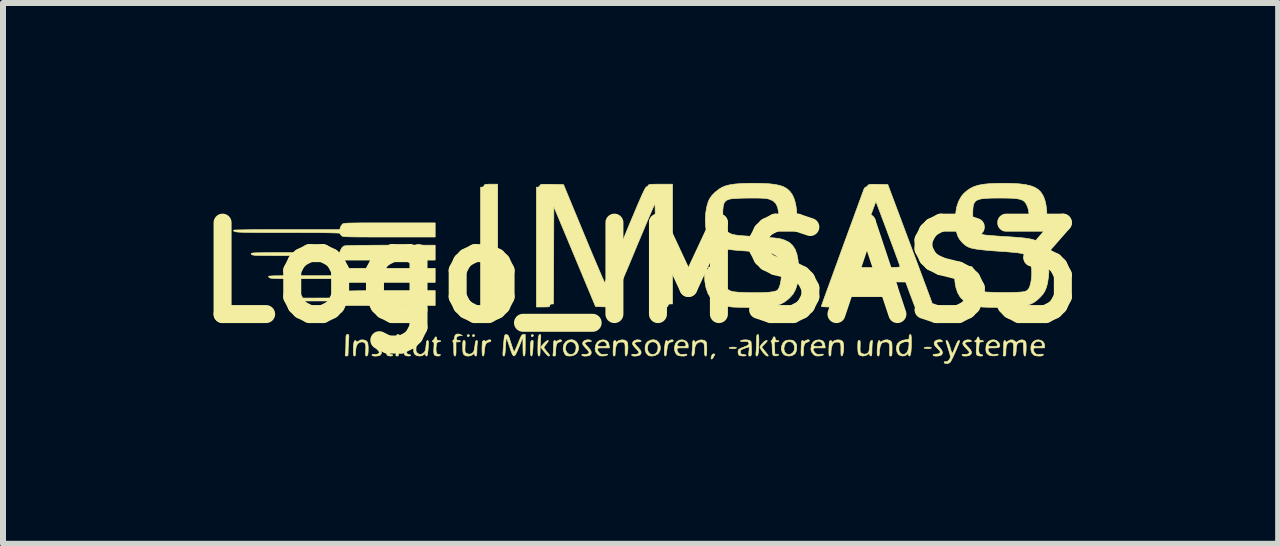
<source format=kicad_pcb>
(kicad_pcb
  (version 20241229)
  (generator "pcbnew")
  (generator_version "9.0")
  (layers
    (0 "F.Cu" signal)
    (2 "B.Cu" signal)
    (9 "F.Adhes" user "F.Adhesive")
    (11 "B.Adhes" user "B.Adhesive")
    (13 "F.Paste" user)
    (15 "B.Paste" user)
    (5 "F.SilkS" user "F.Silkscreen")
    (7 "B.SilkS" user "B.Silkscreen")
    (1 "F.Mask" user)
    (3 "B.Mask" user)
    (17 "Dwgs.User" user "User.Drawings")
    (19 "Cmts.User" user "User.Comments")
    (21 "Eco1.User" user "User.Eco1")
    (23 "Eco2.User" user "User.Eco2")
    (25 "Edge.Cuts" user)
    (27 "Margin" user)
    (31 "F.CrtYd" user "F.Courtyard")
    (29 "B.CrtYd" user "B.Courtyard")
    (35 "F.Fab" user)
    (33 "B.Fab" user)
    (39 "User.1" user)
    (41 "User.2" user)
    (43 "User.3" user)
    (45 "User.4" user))
  (footprint "Logo_IMSAS3"
    (layer "F.Cu")
    (at 7.627 1.496)
    (property "Reference" "Logo_IMSAS3" (at 0 0 0) (layer "F.SilkS") (effects (font (size 1.524 1.524) (thickness 0.3))))
    (attr through_hole)
    (fp_poly (pts (xy -4.023 1.037) (xy -4.018 1.048) (xy -4.029 1.063) (xy -4.043 1.067) (xy -4.063 1.059) (xy -4.068 1.048) (xy -4.058 1.033) (xy -4.043 1.029) (xy -4.023 1.037)) (stroke (width 0.01) (type solid)) (fill yes) (layer "F.SilkS"))
    (fp_poly (pts (xy -2.855 1.039) (xy -2.853 1.048) (xy -2.862 1.064) (xy -2.871 1.067) (xy -2.888 1.057) (xy -2.89 1.048) (xy -2.88 1.032) (xy -2.871 1.029) (xy -2.855 1.039)) (stroke (width 0.01) (type solid)) (fill yes) (layer "F.SilkS"))
    (fp_poly (pts (xy -2.768 1.039) (xy -2.766 1.048) (xy -2.776 1.064) (xy -2.784 1.067) (xy -2.801 1.057) (xy -2.803 1.048) (xy -2.793 1.032) (xy -2.784 1.029) (xy -2.768 1.039)) (stroke (width 0.01) (type solid)) (fill yes) (layer "F.SilkS"))
    (fp_poly (pts (xy -1.788 1.039) (xy -1.786 1.048) (xy -1.796 1.064) (xy -1.805 1.067) (xy -1.821 1.057) (xy -1.823 1.048) (xy -1.813 1.032) (xy -1.805 1.029) (xy -1.788 1.039)) (stroke (width 0.01) (type solid)) (fill yes) (layer "F.SilkS"))
    (fp_poly (pts (xy 1.236 1.356) (xy 1.238 1.361) (xy 1.216 1.404) (xy 1.201 1.428) (xy 1.189 1.438) (xy 1.184 1.439) (xy 1.175 1.433) (xy 1.177 1.413) (xy 1.181 1.395) (xy 1.197 1.362) (xy 1.219 1.352) (xy 1.236 1.356)) (stroke (width 0.01) (type solid)) (fill yes) (layer "F.SilkS"))
    (fp_poly (pts (xy 1.573 1.242) (xy 1.596 1.248) (xy 1.6 1.253) (xy 1.589 1.26) (xy 1.56 1.264) (xy 1.538 1.265) (xy 1.503 1.263) (xy 1.48 1.257) (xy 1.476 1.253) (xy 1.487 1.246) (xy 1.516 1.241) (xy 1.538 1.24) (xy 1.573 1.242)) (stroke (width 0.01) (type solid)) (fill yes) (layer "F.SilkS"))
    (fp_poly (pts (xy 4.823 1.242) (xy 4.845 1.248) (xy 4.849 1.253) (xy 4.838 1.26) (xy 4.81 1.264) (xy 4.787 1.265) (xy 4.752 1.263) (xy 4.729 1.257) (xy 4.725 1.253) (xy 4.736 1.246) (xy 4.765 1.241) (xy 4.787 1.24) (xy 4.823 1.242)) (stroke (width 0.01) (type solid)) (fill yes) (layer "F.SilkS"))
    (fp_poly (pts (xy -2.381 0.521) (xy -2.412 0.521) (xy -2.437 0.527) (xy -2.443 0.546) (xy -2.445 0.557) (xy -2.454 0.565) (xy -2.474 0.569) (xy -2.511 0.57) (xy -2.555 0.571) (xy -2.667 0.571) (xy -2.667 -1.426) (xy -2.641 -1.426) (xy -2.616 -1.437) (xy -2.608 -1.451) (xy -2.603 -1.463) (xy -2.591 -1.47) (xy -2.567 -1.474) (xy -2.528 -1.476) (xy -2.491 -1.476) (xy -2.381 -1.476) (xy -2.381 0.521)) (stroke (width 0.01) (type solid)) (fill yes) (layer "F.SilkS"))
    (fp_poly (pts (xy -1.792 1.131) (xy -1.79 1.145) (xy -1.791 1.178) (xy -1.792 1.225) (xy -1.794 1.263) (xy -1.799 1.324) (xy -1.805 1.363) (xy -1.811 1.384) (xy -1.819 1.389) (xy -1.827 1.383) (xy -1.832 1.364) (xy -1.835 1.327) (xy -1.836 1.268) (xy -1.836 1.265) (xy -1.835 1.206) (xy -1.832 1.167) (xy -1.827 1.145) (xy -1.819 1.134) (xy -1.816 1.133) (xy -1.797 1.129) (xy -1.792 1.131)) (stroke (width 0.01) (type solid)) (fill yes) (layer "F.SilkS"))
    (fp_poly (pts (xy 1.962 1.034) (xy 1.968 1.049) (xy 1.971 1.079) (xy 1.972 1.128) (xy 1.972 1.152) (xy 1.97 1.244) (xy 1.966 1.313) (xy 1.958 1.36) (xy 1.947 1.384) (xy 1.937 1.389) (xy 1.928 1.385) (xy 1.923 1.37) (xy 1.924 1.339) (xy 1.927 1.305) (xy 1.931 1.248) (xy 1.934 1.181) (xy 1.935 1.126) (xy 1.936 1.076) (xy 1.939 1.046) (xy 1.946 1.032) (xy 1.953 1.029) (xy 1.962 1.034)) (stroke (width 0.01) (type solid)) (fill yes) (layer "F.SilkS"))
    (fp_poly (pts (xy -1.667 1.033) (xy -1.663 1.048) (xy -1.663 1.079) (xy -1.666 1.113) (xy -1.67 1.17) (xy -1.673 1.237) (xy -1.674 1.293) (xy -1.675 1.343) (xy -1.679 1.373) (xy -1.685 1.386) (xy -1.693 1.389) (xy -1.701 1.385) (xy -1.707 1.371) (xy -1.71 1.342) (xy -1.711 1.294) (xy -1.711 1.256) (xy -1.71 1.169) (xy -1.707 1.106) (xy -1.7 1.063) (xy -1.691 1.038) (xy -1.678 1.029) (xy -1.677 1.029) (xy -1.667 1.033)) (stroke (width 0.01) (type solid)) (fill yes) (layer "F.SilkS"))
    (fp_poly (pts (xy -4.037 1.131) (xy -4.031 1.14) (xy -4.028 1.162) (xy -4.027 1.199) (xy -4.028 1.257) (xy -4.028 1.259) (xy -4.031 1.317) (xy -4.033 1.355) (xy -4.037 1.376) (xy -4.044 1.386) (xy -4.055 1.389) (xy -4.058 1.389) (xy -4.075 1.386) (xy -4.079 1.37) (xy -4.076 1.35) (xy -4.072 1.318) (xy -4.069 1.272) (xy -4.068 1.22) (xy -4.068 1.22) (xy -4.067 1.173) (xy -4.064 1.145) (xy -4.058 1.132) (xy -4.046 1.129) (xy -4.046 1.129) (xy -4.037 1.131)) (stroke (width 0.01) (type solid)) (fill yes) (layer "F.SilkS"))
    (fp_poly (pts (xy -1.536 1.133) (xy -1.54 1.145) (xy -1.559 1.171) (xy -1.568 1.183) (xy -1.592 1.214) (xy -1.608 1.237) (xy -1.612 1.246) (xy -1.605 1.26) (xy -1.586 1.286) (xy -1.563 1.315) (xy -1.532 1.352) (xy -1.517 1.374) (xy -1.516 1.385) (xy -1.527 1.389) (xy -1.531 1.389) (xy -1.547 1.38) (xy -1.572 1.355) (xy -1.601 1.321) (xy -1.607 1.314) (xy -1.664 1.239) (xy -1.617 1.185) (xy -1.587 1.155) (xy -1.56 1.135) (xy -1.546 1.13) (xy -1.536 1.133)) (stroke (width 0.01) (type solid)) (fill yes) (layer "F.SilkS"))
    (fp_poly (pts (xy 2.112 1.131) (xy 2.111 1.14) (xy 2.095 1.159) (xy 2.072 1.184) (xy 2.018 1.239) (xy 2.065 1.299) (xy 2.099 1.341) (xy 2.119 1.367) (xy 2.128 1.382) (xy 2.128 1.388) (xy 2.119 1.389) (xy 2.113 1.389) (xy 2.091 1.379) (xy 2.063 1.352) (xy 2.042 1.327) (xy 2.017 1.291) (xy 1.998 1.263) (xy 1.99 1.249) (xy 1.994 1.229) (xy 2.012 1.201) (xy 2.038 1.171) (xy 2.066 1.145) (xy 2.091 1.13) (xy 2.1 1.129) (xy 2.112 1.131)) (stroke (width 0.01) (type solid)) (fill yes) (layer "F.SilkS"))
    (fp_poly (pts (xy -4.872 1.031) (xy -4.864 1.038) (xy -4.862 1.056) (xy -4.863 1.089) (xy -4.866 1.132) (xy -4.87 1.193) (xy -4.873 1.256) (xy -4.874 1.309) (xy -4.874 1.312) (xy -4.875 1.354) (xy -4.878 1.377) (xy -4.887 1.387) (xy -4.901 1.389) (xy -4.917 1.386) (xy -4.923 1.373) (xy -4.919 1.343) (xy -4.919 1.343) (xy -4.916 1.31) (xy -4.913 1.261) (xy -4.912 1.203) (xy -4.911 1.163) (xy -4.911 1.104) (xy -4.91 1.066) (xy -4.906 1.043) (xy -4.9 1.033) (xy -4.891 1.03) (xy -4.885 1.029) (xy -4.872 1.031)) (stroke (width 0.01) (type solid)) (fill yes) (layer "F.SilkS"))
    (fp_poly (pts (xy -2.494 1.129) (xy -2.493 1.135) (xy -2.504 1.15) (xy -2.522 1.153) (xy -2.555 1.162) (xy -2.579 1.187) (xy -2.594 1.233) (xy -2.602 1.296) (xy -2.607 1.348) (xy -2.613 1.378) (xy -2.623 1.389) (xy -2.625 1.389) (xy -2.633 1.383) (xy -2.638 1.363) (xy -2.641 1.325) (xy -2.642 1.278) (xy -2.641 1.227) (xy -2.639 1.183) (xy -2.636 1.154) (xy -2.634 1.148) (xy -2.621 1.133) (xy -2.603 1.129) (xy -2.592 1.138) (xy -2.592 1.142) (xy -2.584 1.145) (xy -2.565 1.136) (xy -2.533 1.12) (xy -2.507 1.118) (xy -2.494 1.129)) (stroke (width 0.01) (type solid)) (fill yes) (layer "F.SilkS"))
    (fp_poly (pts (xy 0.545 1.129) (xy 0.546 1.135) (xy 0.535 1.15) (xy 0.517 1.153) (xy 0.485 1.161) (xy 0.463 1.184) (xy 0.448 1.226) (xy 0.439 1.29) (xy 0.438 1.294) (xy 0.432 1.347) (xy 0.425 1.378) (xy 0.415 1.389) (xy 0.414 1.389) (xy 0.401 1.377) (xy 0.397 1.343) (xy 0.397 1.343) (xy 0.399 1.278) (xy 0.404 1.22) (xy 0.411 1.172) (xy 0.42 1.14) (xy 0.43 1.129) (xy 0.43 1.129) (xy 0.445 1.136) (xy 0.446 1.142) (xy 0.455 1.145) (xy 0.474 1.136) (xy 0.506 1.12) (xy 0.531 1.118) (xy 0.545 1.129)) (stroke (width 0.01) (type solid)) (fill yes) (layer "F.SilkS"))
    (fp_poly (pts (xy 2.815 1.129) (xy 2.815 1.134) (xy 2.804 1.149) (xy 2.782 1.156) (xy 2.751 1.168) (xy 2.73 1.197) (xy 2.719 1.246) (xy 2.716 1.305) (xy 2.715 1.35) (xy 2.712 1.376) (xy 2.704 1.387) (xy 2.694 1.389) (xy 2.685 1.387) (xy 2.679 1.377) (xy 2.676 1.356) (xy 2.675 1.318) (xy 2.677 1.261) (xy 2.677 1.259) (xy 2.679 1.198) (xy 2.683 1.159) (xy 2.688 1.137) (xy 2.696 1.129) (xy 2.698 1.129) (xy 2.714 1.136) (xy 2.716 1.142) (xy 2.724 1.145) (xy 2.744 1.136) (xy 2.775 1.12) (xy 2.801 1.118) (xy 2.815 1.129)) (stroke (width 0.01) (type solid)) (fill yes) (layer "F.SilkS"))
    (fp_poly (pts (xy -1.315 1.129) (xy -1.315 1.135) (xy -1.325 1.15) (xy -1.345 1.153) (xy -1.377 1.162) (xy -1.398 1.189) (xy -1.41 1.237) (xy -1.414 1.299) (xy -1.414 1.345) (xy -1.417 1.372) (xy -1.424 1.385) (xy -1.435 1.389) (xy -1.44 1.389) (xy -1.459 1.385) (xy -1.46 1.366) (xy -1.459 1.361) (xy -1.455 1.336) (xy -1.453 1.294) (xy -1.451 1.243) (xy -1.451 1.231) (xy -1.45 1.179) (xy -1.447 1.148) (xy -1.441 1.132) (xy -1.432 1.129) (xy -1.416 1.136) (xy -1.414 1.142) (xy -1.406 1.145) (xy -1.386 1.136) (xy -1.355 1.12) (xy -1.329 1.118) (xy -1.315 1.129)) (stroke (width 0.01) (type solid)) (fill yes) (layer "F.SilkS"))
    (fp_poly (pts (xy 2.241 1.077) (xy 2.245 1.098) (xy 2.25 1.121) (xy 2.27 1.128) (xy 2.276 1.129) (xy 2.299 1.133) (xy 2.307 1.141) (xy 2.296 1.15) (xy 2.27 1.153) (xy 2.269 1.153) (xy 2.231 1.153) (xy 2.235 1.256) (xy 2.239 1.358) (xy 2.273 1.358) (xy 2.296 1.361) (xy 2.303 1.37) (xy 2.288 1.381) (xy 2.26 1.386) (xy 2.23 1.384) (xy 2.211 1.375) (xy 2.202 1.353) (xy 2.197 1.309) (xy 2.195 1.257) (xy 2.193 1.198) (xy 2.188 1.163) (xy 2.18 1.149) (xy 2.173 1.14) (xy 2.186 1.129) (xy 2.204 1.106) (xy 2.208 1.091) (xy 2.216 1.071) (xy 2.226 1.067) (xy 2.241 1.077)) (stroke (width 0.01) (type solid)) (fill yes) (layer "F.SilkS"))
    (fp_poly (pts (xy -3.423 0.161) (xy -4.962 0.161) (xy -4.991 0.13) (xy -5.02 0.099) (xy -5.596 0.099) (xy -5.731 0.099) (xy -5.843 0.099) (xy -5.934 0.099) (xy -6.007 0.098) (xy -6.064 0.097) (xy -6.108 0.095) (xy -6.139 0.093) (xy -6.161 0.091) (xy -6.176 0.087) (xy -6.186 0.083) (xy -6.192 0.077) (xy -6.195 0.074) (xy -6.2 0.069) (xy -6.202 0.064) (xy -6.199 0.06) (xy -6.189 0.057) (xy -6.17 0.055) (xy -6.14 0.053) (xy -6.097 0.051) (xy -6.04 0.051) (xy -5.966 0.05) (xy -5.873 0.05) (xy -5.76 0.05) (xy -5.623 0.05) (xy -5.013 0.05) (xy -5.005 0.016) (xy -4.99 -0.019) (xy -4.97 -0.047) (xy -4.944 -0.074) (xy -3.423 -0.074) (xy -3.423 0.161)) (stroke (width 0.01) (type solid)) (fill yes) (layer "F.SilkS"))
    (fp_poly (pts (xy -4.332 1.126) (xy -4.319 1.137) (xy -4.328 1.146) (xy -4.358 1.15) (xy -4.36 1.15) (xy -4.398 1.153) (xy -4.415 1.166) (xy -4.411 1.19) (xy -4.385 1.226) (xy -4.371 1.242) (xy -4.335 1.287) (xy -4.318 1.322) (xy -4.322 1.351) (xy -4.336 1.37) (xy -4.358 1.382) (xy -4.391 1.388) (xy -4.427 1.39) (xy -4.458 1.386) (xy -4.476 1.376) (xy -4.477 1.371) (xy -4.471 1.36) (xy -4.448 1.359) (xy -4.434 1.36) (xy -4.395 1.36) (xy -4.366 1.348) (xy -4.353 1.326) (xy -4.353 1.324) (xy -4.362 1.31) (xy -4.383 1.285) (xy -4.409 1.258) (xy -4.439 1.226) (xy -4.459 1.196) (xy -4.465 1.179) (xy -4.454 1.151) (xy -4.425 1.13) (xy -4.387 1.119) (xy -4.364 1.118) (xy -4.332 1.126)) (stroke (width 0.01) (type solid)) (fill yes) (layer "F.SilkS"))
    (fp_poly (pts (xy -3.004 1.03) (xy -2.97 1.047) (xy -3.016 1.051) (xy -3.049 1.059) (xy -3.066 1.076) (xy -3.068 1.082) (xy -3.07 1.112) (xy -3.054 1.126) (xy -3.032 1.129) (xy -3.009 1.133) (xy -3.001 1.141) (xy -3.012 1.15) (xy -3.038 1.153) (xy -3.039 1.153) (xy -3.076 1.153) (xy -3.076 1.271) (xy -3.076 1.327) (xy -3.079 1.363) (xy -3.084 1.382) (xy -3.092 1.389) (xy -3.094 1.389) (xy -3.103 1.385) (xy -3.109 1.369) (xy -3.112 1.338) (xy -3.113 1.288) (xy -3.113 1.272) (xy -3.114 1.21) (xy -3.118 1.17) (xy -3.126 1.151) (xy -3.128 1.149) (xy -3.135 1.14) (xy -3.122 1.129) (xy -3.105 1.105) (xy -3.101 1.078) (xy -3.091 1.043) (xy -3.065 1.023) (xy -3.029 1.022) (xy -3.004 1.03)) (stroke (width 0.01) (type solid)) (fill yes) (layer "F.SilkS"))
    (fp_poly (pts (xy -1.104 1.127) (xy -1.067 1.155) (xy -1.043 1.196) (xy -1.033 1.243) (xy -1.038 1.292) (xy -1.061 1.337) (xy -1.08 1.357) (xy -1.123 1.38) (xy -1.176 1.389) (xy -1.227 1.384) (xy -1.237 1.381) (xy -1.258 1.361) (xy -1.276 1.326) (xy -1.288 1.284) (xy -1.29 1.259) (xy -1.288 1.249) (xy -1.252 1.249) (xy -1.247 1.294) (xy -1.227 1.331) (xy -1.197 1.356) (xy -1.158 1.364) (xy -1.116 1.352) (xy -1.093 1.327) (xy -1.079 1.288) (xy -1.074 1.244) (xy -1.08 1.206) (xy -1.103 1.17) (xy -1.138 1.152) (xy -1.177 1.15) (xy -1.213 1.166) (xy -1.239 1.199) (xy -1.252 1.249) (xy -1.288 1.249) (xy -1.279 1.199) (xy -1.25 1.154) (xy -1.205 1.125) (xy -1.151 1.116) (xy -1.104 1.127)) (stroke (width 0.01) (type solid)) (fill yes) (layer "F.SilkS"))
    (fp_poly (pts (xy 4.999 1.118) (xy 5.023 1.127) (xy 5.033 1.14) (xy 5.026 1.15) (xy 5.009 1.152) (xy 4.964 1.152) (xy 4.94 1.161) (xy 4.938 1.182) (xy 4.957 1.214) (xy 4.986 1.248) (xy 5.02 1.292) (xy 5.034 1.326) (xy 5.027 1.356) (xy 5.016 1.37) (xy 4.994 1.381) (xy 4.961 1.388) (xy 4.925 1.39) (xy 4.894 1.386) (xy 4.876 1.377) (xy 4.874 1.372) (xy 4.885 1.361) (xy 4.917 1.357) (xy 4.925 1.357) (xy 4.965 1.353) (xy 4.988 1.339) (xy 4.99 1.336) (xy 4.996 1.319) (xy 4.988 1.302) (xy 4.965 1.277) (xy 4.959 1.271) (xy 4.929 1.241) (xy 4.905 1.213) (xy 4.899 1.203) (xy 4.893 1.171) (xy 4.907 1.143) (xy 4.937 1.124) (xy 4.979 1.117) (xy 4.999 1.118)) (stroke (width 0.01) (type solid)) (fill yes) (layer "F.SilkS"))
    (fp_poly (pts (xy -0.017 1.121) (xy -0.007 1.124) (xy 0.011 1.136) (xy 0.007 1.146) (xy -0.016 1.151) (xy -0.029 1.151) (xy -0.071 1.154) (xy -0.095 1.167) (xy -0.099 1.178) (xy -0.091 1.192) (xy -0.07 1.217) (xy -0.043 1.244) (xy -0.006 1.287) (xy 0.01 1.321) (xy 0.006 1.349) (xy -0.01 1.369) (xy -0.035 1.381) (xy -0.069 1.388) (xy -0.104 1.39) (xy -0.133 1.385) (xy -0.148 1.374) (xy -0.149 1.371) (xy -0.142 1.36) (xy -0.119 1.359) (xy -0.106 1.36) (xy -0.067 1.36) (xy -0.038 1.348) (xy -0.025 1.327) (xy -0.025 1.325) (xy -0.033 1.311) (xy -0.055 1.286) (xy -0.081 1.259) (xy -0.11 1.227) (xy -0.13 1.197) (xy -0.136 1.18) (xy -0.125 1.151) (xy -0.097 1.129) (xy -0.059 1.118) (xy -0.017 1.121)) (stroke (width 0.01) (type solid)) (fill yes) (layer "F.SilkS"))
    (fp_poly (pts (xy 0.261 1.127) (xy 0.297 1.155) (xy 0.321 1.196) (xy 0.331 1.243) (xy 0.326 1.292) (xy 0.304 1.337) (xy 0.284 1.357) (xy 0.244 1.379) (xy 0.196 1.389) (xy 0.151 1.386) (xy 0.123 1.373) (xy 0.092 1.335) (xy 0.076 1.284) (xy 0.077 1.248) (xy 0.113 1.248) (xy 0.117 1.294) (xy 0.137 1.331) (xy 0.167 1.356) (xy 0.206 1.364) (xy 0.248 1.352) (xy 0.271 1.328) (xy 0.286 1.289) (xy 0.292 1.245) (xy 0.286 1.206) (xy 0.285 1.202) (xy 0.26 1.17) (xy 0.224 1.153) (xy 0.184 1.153) (xy 0.149 1.169) (xy 0.126 1.198) (xy 0.113 1.248) (xy 0.077 1.248) (xy 0.077 1.228) (xy 0.093 1.179) (xy 0.121 1.147) (xy 0.164 1.125) (xy 0.213 1.116) (xy 0.213 1.116) (xy 0.261 1.127)) (stroke (width 0.01) (type solid)) (fill yes) (layer "F.SilkS"))
    (fp_poly (pts (xy 5.489 1.121) (xy 5.499 1.124) (xy 5.518 1.136) (xy 5.514 1.146) (xy 5.491 1.151) (xy 5.478 1.151) (xy 5.435 1.154) (xy 5.411 1.167) (xy 5.407 1.178) (xy 5.416 1.192) (xy 5.437 1.217) (xy 5.463 1.244) (xy 5.501 1.287) (xy 5.517 1.321) (xy 5.512 1.349) (xy 5.496 1.369) (xy 5.472 1.381) (xy 5.438 1.388) (xy 5.402 1.39) (xy 5.373 1.385) (xy 5.358 1.374) (xy 5.358 1.371) (xy 5.364 1.36) (xy 5.387 1.359) (xy 5.401 1.36) (xy 5.44 1.36) (xy 5.469 1.348) (xy 5.482 1.327) (xy 5.482 1.325) (xy 5.474 1.311) (xy 5.452 1.286) (xy 5.426 1.259) (xy 5.397 1.227) (xy 5.376 1.197) (xy 5.37 1.18) (xy 5.381 1.151) (xy 5.409 1.129) (xy 5.448 1.118) (xy 5.489 1.121)) (stroke (width 0.01) (type solid)) (fill yes) (layer "F.SilkS"))
    (fp_poly (pts (xy -3.423 0.546) (xy -4.95 0.546) (xy -5.025 0.471) (xy -5.464 0.471) (xy -5.58 0.471) (xy -5.673 0.471) (xy -5.747 0.47) (xy -5.803 0.469) (xy -5.845 0.468) (xy -5.874 0.466) (xy -5.893 0.462) (xy -5.905 0.458) (xy -5.912 0.453) (xy -5.916 0.446) (xy -5.919 0.44) (xy -5.919 0.435) (xy -5.913 0.431) (xy -5.899 0.428) (xy -5.875 0.425) (xy -5.839 0.424) (xy -5.789 0.423) (xy -5.721 0.422) (xy -5.634 0.422) (xy -5.525 0.422) (xy -5.473 0.422) (xy -5.017 0.421) (xy -4.996 0.372) (xy -4.971 0.331) (xy -4.942 0.31) (xy -4.923 0.307) (xy -4.879 0.305) (xy -4.812 0.303) (xy -4.724 0.301) (xy -4.615 0.3) (xy -4.486 0.299) (xy -4.339 0.298) (xy -4.174 0.298) (xy -4.166 0.298) (xy -3.423 0.298) (xy -3.423 0.546)) (stroke (width 0.01) (type solid)) (fill yes) (layer "F.SilkS"))
    (fp_poly (pts (xy -0.848 1.12) (xy -0.838 1.124) (xy -0.82 1.137) (xy -0.823 1.148) (xy -0.843 1.15) (xy -0.845 1.149) (xy -0.872 1.148) (xy -0.902 1.155) (xy -0.925 1.166) (xy -0.93 1.175) (xy -0.922 1.189) (xy -0.901 1.214) (xy -0.874 1.243) (xy -0.837 1.287) (xy -0.821 1.322) (xy -0.825 1.351) (xy -0.838 1.37) (xy -0.861 1.382) (xy -0.894 1.388) (xy -0.93 1.39) (xy -0.961 1.386) (xy -0.978 1.376) (xy -0.98 1.371) (xy -0.973 1.36) (xy -0.95 1.359) (xy -0.936 1.36) (xy -0.898 1.36) (xy -0.868 1.348) (xy -0.856 1.326) (xy -0.856 1.324) (xy -0.864 1.31) (xy -0.886 1.285) (xy -0.912 1.258) (xy -0.941 1.226) (xy -0.961 1.196) (xy -0.967 1.179) (xy -0.956 1.15) (xy -0.928 1.129) (xy -0.89 1.118) (xy -0.848 1.12)) (stroke (width 0.01) (type solid)) (fill yes) (layer "F.SilkS"))
    (fp_poly (pts (xy -4.192 1.084) (xy -4.19 1.094) (xy -4.178 1.117) (xy -4.152 1.126) (xy -4.124 1.134) (xy -4.119 1.145) (xy -4.138 1.152) (xy -4.153 1.153) (xy -4.172 1.154) (xy -4.184 1.161) (xy -4.19 1.18) (xy -4.193 1.215) (xy -4.195 1.237) (xy -4.196 1.298) (xy -4.19 1.338) (xy -4.175 1.359) (xy -4.154 1.364) (xy -4.134 1.37) (xy -4.13 1.377) (xy -4.141 1.385) (xy -4.168 1.389) (xy -4.173 1.389) (xy -4.21 1.383) (xy -4.229 1.364) (xy -4.236 1.335) (xy -4.237 1.285) (xy -4.234 1.246) (xy -4.231 1.199) (xy -4.231 1.171) (xy -4.235 1.157) (xy -4.245 1.153) (xy -4.246 1.153) (xy -4.264 1.147) (xy -4.266 1.141) (xy -4.256 1.13) (xy -4.249 1.129) (xy -4.233 1.118) (xy -4.227 1.102) (xy -4.217 1.077) (xy -4.204 1.071) (xy -4.192 1.084)) (stroke (width 0.01) (type solid)) (fill yes) (layer "F.SilkS"))
    (fp_poly (pts (xy -3.401 1.077) (xy -3.398 1.098) (xy -3.394 1.12) (xy -3.378 1.128) (xy -3.36 1.129) (xy -3.336 1.132) (xy -3.33 1.141) (xy -3.33 1.141) (xy -3.347 1.151) (xy -3.366 1.153) (xy -3.386 1.158) (xy -3.398 1.176) (xy -3.403 1.2) (xy -3.41 1.267) (xy -3.406 1.318) (xy -3.394 1.35) (xy -3.372 1.363) (xy -3.355 1.36) (xy -3.339 1.362) (xy -3.336 1.371) (xy -3.347 1.384) (xy -3.371 1.389) (xy -3.401 1.387) (xy -3.427 1.377) (xy -3.436 1.37) (xy -3.444 1.349) (xy -3.447 1.31) (xy -3.445 1.252) (xy -3.442 1.202) (xy -3.443 1.171) (xy -3.448 1.157) (xy -3.455 1.153) (xy -3.471 1.146) (xy -3.473 1.141) (xy -3.463 1.129) (xy -3.46 1.129) (xy -3.447 1.118) (xy -3.435 1.098) (xy -3.422 1.075) (xy -3.411 1.067) (xy -3.401 1.077)) (stroke (width 0.01) (type solid)) (fill yes) (layer "F.SilkS"))
    (fp_poly (pts (xy 2.523 1.125) (xy 2.55 1.134) (xy 2.573 1.156) (xy 2.576 1.159) (xy 2.594 1.184) (xy 2.602 1.209) (xy 2.603 1.245) (xy 2.602 1.263) (xy 2.595 1.308) (xy 2.583 1.338) (xy 2.562 1.36) (xy 2.518 1.383) (xy 2.466 1.389) (xy 2.415 1.378) (xy 2.39 1.364) (xy 2.36 1.326) (xy 2.348 1.275) (xy 2.348 1.27) (xy 2.39 1.27) (xy 2.4 1.316) (xy 2.425 1.348) (xy 2.46 1.363) (xy 2.5 1.358) (xy 2.537 1.334) (xy 2.561 1.295) (xy 2.569 1.25) (xy 2.56 1.206) (xy 2.537 1.17) (xy 2.511 1.153) (xy 2.467 1.147) (xy 2.431 1.163) (xy 2.405 1.198) (xy 2.391 1.248) (xy 2.39 1.27) (xy 2.348 1.27) (xy 2.353 1.22) (xy 2.356 1.212) (xy 2.379 1.163) (xy 2.414 1.134) (xy 2.465 1.123) (xy 2.483 1.122) (xy 2.523 1.125)) (stroke (width 0.01) (type solid)) (fill yes) (layer "F.SilkS"))
    (fp_poly (pts (xy -4.618 1.12) (xy -4.581 1.13) (xy -4.558 1.149) (xy -4.545 1.18) (xy -4.54 1.23) (xy -4.539 1.26) (xy -4.541 1.321) (xy -4.545 1.36) (xy -4.554 1.381) (xy -4.568 1.389) (xy -4.571 1.389) (xy -4.58 1.384) (xy -4.583 1.366) (xy -4.583 1.332) (xy -4.581 1.292) (xy -4.579 1.23) (xy -4.586 1.189) (xy -4.603 1.164) (xy -4.631 1.154) (xy -4.646 1.153) (xy -4.69 1.163) (xy -4.722 1.191) (xy -4.741 1.239) (xy -4.75 1.309) (xy -4.75 1.33) (xy -4.752 1.368) (xy -4.76 1.386) (xy -4.769 1.389) (xy -4.779 1.384) (xy -4.784 1.366) (xy -4.787 1.331) (xy -4.787 1.298) (xy -4.785 1.22) (xy -4.779 1.167) (xy -4.767 1.136) (xy -4.755 1.129) (xy -4.74 1.139) (xy -4.738 1.148) (xy -4.734 1.157) (xy -4.72 1.152) (xy -4.701 1.14) (xy -4.667 1.121) (xy -4.631 1.119) (xy -4.618 1.12)) (stroke (width 0.01) (type solid)) (fill yes) (layer "F.SilkS"))
    (fp_poly (pts (xy -3.897 1.077) (xy -3.894 1.098) (xy -3.89 1.12) (xy -3.873 1.128) (xy -3.857 1.129) (xy -3.831 1.132) (xy -3.82 1.141) (xy -3.82 1.141) (xy -3.831 1.15) (xy -3.856 1.153) (xy -3.875 1.155) (xy -3.886 1.161) (xy -3.893 1.179) (xy -3.898 1.214) (xy -3.901 1.241) (xy -3.904 1.299) (xy -3.898 1.337) (xy -3.882 1.358) (xy -3.856 1.364) (xy -3.856 1.364) (xy -3.836 1.37) (xy -3.832 1.377) (xy -3.843 1.386) (xy -3.867 1.389) (xy -3.897 1.386) (xy -3.923 1.377) (xy -3.932 1.37) (xy -3.94 1.35) (xy -3.943 1.314) (xy -3.94 1.258) (xy -3.94 1.252) (xy -3.937 1.202) (xy -3.937 1.172) (xy -3.942 1.157) (xy -3.951 1.153) (xy -3.967 1.147) (xy -3.969 1.141) (xy -3.959 1.129) (xy -3.956 1.129) (xy -3.943 1.118) (xy -3.932 1.098) (xy -3.919 1.075) (xy -3.907 1.067) (xy -3.897 1.077)) (stroke (width 0.01) (type solid)) (fill yes) (layer "F.SilkS"))
    (fp_poly (pts (xy 5.641 1.082) (xy 5.643 1.097) (xy 5.647 1.119) (xy 5.663 1.128) (xy 5.68 1.129) (xy 5.706 1.132) (xy 5.717 1.141) (xy 5.717 1.141) (xy 5.707 1.15) (xy 5.682 1.153) (xy 5.663 1.155) (xy 5.652 1.162) (xy 5.645 1.181) (xy 5.641 1.217) (xy 5.639 1.235) (xy 5.637 1.298) (xy 5.644 1.339) (xy 5.662 1.36) (xy 5.681 1.364) (xy 5.701 1.37) (xy 5.705 1.377) (xy 5.695 1.386) (xy 5.67 1.389) (xy 5.64 1.386) (xy 5.615 1.377) (xy 5.606 1.37) (xy 5.598 1.351) (xy 5.595 1.316) (xy 5.598 1.262) (xy 5.599 1.253) (xy 5.603 1.203) (xy 5.603 1.173) (xy 5.599 1.158) (xy 5.59 1.154) (xy 5.588 1.153) (xy 5.571 1.147) (xy 5.569 1.141) (xy 5.579 1.13) (xy 5.586 1.129) (xy 5.602 1.118) (xy 5.608 1.102) (xy 5.617 1.077) (xy 5.631 1.07) (xy 5.641 1.082)) (stroke (width 0.01) (type solid)) (fill yes) (layer "F.SilkS"))
    (fp_poly (pts (xy -3.423 -0.211) (xy -4.95 -0.211) (xy -5.025 -0.285) (xy -5.749 -0.285) (xy -5.901 -0.285) (xy -6.03 -0.285) (xy -6.139 -0.286) (xy -6.228 -0.286) (xy -6.3 -0.287) (xy -6.356 -0.288) (xy -6.4 -0.289) (xy -6.432 -0.291) (xy -6.454 -0.294) (xy -6.469 -0.297) (xy -6.478 -0.3) (xy -6.483 -0.305) (xy -6.486 -0.31) (xy -6.489 -0.315) (xy -6.489 -0.32) (xy -6.485 -0.323) (xy -6.474 -0.326) (xy -6.456 -0.329) (xy -6.428 -0.331) (xy -6.389 -0.332) (xy -6.337 -0.333) (xy -6.269 -0.334) (xy -6.184 -0.335) (xy -6.081 -0.335) (xy -5.957 -0.335) (xy -5.811 -0.335) (xy -5.758 -0.335) (xy -5.017 -0.335) (xy -4.996 -0.385) (xy -4.971 -0.426) (xy -4.942 -0.446) (xy -4.923 -0.449) (xy -4.879 -0.452) (xy -4.812 -0.454) (xy -4.724 -0.456) (xy -4.615 -0.457) (xy -4.486 -0.458) (xy -4.339 -0.459) (xy -4.174 -0.459) (xy -4.166 -0.459) (xy -3.423 -0.459) (xy -3.423 -0.211)) (stroke (width 0.01) (type solid)) (fill yes) (layer "F.SilkS"))
    (fp_poly (pts (xy -3.542 1.132) (xy -3.537 1.145) (xy -3.535 1.171) (xy -3.537 1.214) (xy -3.541 1.277) (xy -3.543 1.294) (xy -3.549 1.347) (xy -3.556 1.378) (xy -3.566 1.389) (xy -3.567 1.389) (xy -3.581 1.379) (xy -3.584 1.364) (xy -3.584 1.339) (xy -3.609 1.364) (xy -3.647 1.385) (xy -3.683 1.389) (xy -3.734 1.38) (xy -3.758 1.364) (xy -3.773 1.343) (xy -3.781 1.315) (xy -3.782 1.273) (xy -3.777 1.214) (xy -3.775 1.194) (xy -3.767 1.151) (xy -3.755 1.131) (xy -3.749 1.129) (xy -3.74 1.133) (xy -3.736 1.148) (xy -3.736 1.179) (xy -3.74 1.22) (xy -3.743 1.269) (xy -3.743 1.299) (xy -3.737 1.319) (xy -3.725 1.335) (xy -3.722 1.338) (xy -3.687 1.361) (xy -3.651 1.359) (xy -3.615 1.336) (xy -3.598 1.318) (xy -3.587 1.294) (xy -3.58 1.258) (xy -3.576 1.219) (xy -3.57 1.167) (xy -3.562 1.138) (xy -3.552 1.129) (xy -3.551 1.129) (xy -3.542 1.132)) (stroke (width 0.01) (type solid)) (fill yes) (layer "F.SilkS"))
    (fp_poly (pts (xy 4.164 1.135) (xy 4.164 1.136) (xy 4.177 1.147) (xy 4.186 1.162) (xy 4.19 1.186) (xy 4.192 1.226) (xy 4.192 1.272) (xy 4.192 1.327) (xy 4.19 1.361) (xy 4.185 1.38) (xy 4.178 1.388) (xy 4.169 1.389) (xy 4.157 1.387) (xy 4.151 1.376) (xy 4.149 1.353) (xy 4.151 1.311) (xy 4.152 1.298) (xy 4.153 1.234) (xy 4.147 1.191) (xy 4.132 1.166) (xy 4.106 1.155) (xy 4.089 1.153) (xy 4.053 1.158) (xy 4.026 1.169) (xy 4.007 1.196) (xy 3.992 1.24) (xy 3.983 1.297) (xy 3.981 1.336) (xy 3.978 1.372) (xy 3.969 1.388) (xy 3.963 1.389) (xy 3.951 1.383) (xy 3.945 1.361) (xy 3.944 1.324) (xy 3.946 1.254) (xy 3.952 1.197) (xy 3.96 1.154) (xy 3.971 1.132) (xy 3.977 1.129) (xy 3.991 1.139) (xy 3.994 1.148) (xy 3.997 1.159) (xy 4.01 1.154) (xy 4.026 1.142) (xy 4.071 1.121) (xy 4.12 1.118) (xy 4.164 1.135)) (stroke (width 0.01) (type solid)) (fill yes) (layer "F.SilkS"))
    (fp_poly (pts (xy 5.125 1.15) (xy 5.144 1.195) (xy 5.16 1.244) (xy 5.173 1.291) (xy 5.186 1.326) (xy 5.195 1.344) (xy 5.197 1.345) (xy 5.205 1.332) (xy 5.219 1.302) (xy 5.237 1.258) (xy 5.246 1.235) (xy 5.269 1.18) (xy 5.287 1.146) (xy 5.302 1.13) (xy 5.309 1.129) (xy 5.316 1.132) (xy 5.317 1.144) (xy 5.311 1.167) (xy 5.296 1.205) (xy 5.273 1.26) (xy 5.256 1.299) (xy 5.228 1.361) (xy 5.203 1.416) (xy 5.181 1.459) (xy 5.166 1.486) (xy 5.162 1.491) (xy 5.14 1.506) (xy 5.11 1.513) (xy 5.081 1.512) (xy 5.063 1.503) (xy 5.06 1.495) (xy 5.069 1.482) (xy 5.078 1.483) (xy 5.107 1.483) (xy 5.136 1.463) (xy 5.158 1.43) (xy 5.163 1.411) (xy 5.163 1.389) (xy 5.157 1.358) (xy 5.144 1.313) (xy 5.129 1.266) (xy 5.112 1.213) (xy 5.099 1.17) (xy 5.091 1.141) (xy 5.091 1.131) (xy 5.107 1.128) (xy 5.125 1.15)) (stroke (width 0.01) (type solid)) (fill yes) (layer "F.SilkS"))
    (fp_poly (pts (xy -0.271 1.122) (xy -0.237 1.138) (xy -0.223 1.153) (xy -0.215 1.182) (xy -0.211 1.224) (xy -0.211 1.271) (xy -0.216 1.317) (xy -0.223 1.356) (xy -0.233 1.382) (xy -0.243 1.389) (xy -0.251 1.383) (xy -0.256 1.361) (xy -0.257 1.321) (xy -0.257 1.283) (xy -0.257 1.225) (xy -0.262 1.186) (xy -0.274 1.165) (xy -0.297 1.156) (xy -0.331 1.156) (xy -0.335 1.156) (xy -0.367 1.163) (xy -0.388 1.182) (xy -0.4 1.203) (xy -0.415 1.249) (xy -0.421 1.307) (xy -0.422 1.318) (xy -0.423 1.36) (xy -0.428 1.382) (xy -0.439 1.389) (xy -0.441 1.389) (xy -0.449 1.386) (xy -0.455 1.372) (xy -0.457 1.345) (xy -0.457 1.3) (xy -0.456 1.262) (xy -0.454 1.204) (xy -0.451 1.166) (xy -0.446 1.144) (xy -0.438 1.134) (xy -0.431 1.131) (xy -0.413 1.136) (xy -0.409 1.147) (xy -0.407 1.161) (xy -0.397 1.155) (xy -0.391 1.149) (xy -0.356 1.128) (xy -0.314 1.119) (xy -0.271 1.122)) (stroke (width 0.01) (type solid)) (fill yes) (layer "F.SilkS"))
    (fp_poly (pts (xy 1.059 1.127) (xy 1.073 1.134) (xy 1.087 1.145) (xy 1.096 1.158) (xy 1.101 1.179) (xy 1.103 1.214) (xy 1.104 1.268) (xy 1.104 1.272) (xy 1.103 1.328) (xy 1.101 1.363) (xy 1.096 1.382) (xy 1.088 1.389) (xy 1.085 1.389) (xy 1.076 1.384) (xy 1.07 1.368) (xy 1.067 1.335) (xy 1.067 1.286) (xy 1.065 1.227) (xy 1.059 1.188) (xy 1.046 1.166) (xy 1.024 1.156) (xy 0.997 1.153) (xy 0.956 1.165) (xy 0.925 1.195) (xy 0.907 1.237) (xy 0.905 1.257) (xy 0.902 1.314) (xy 0.894 1.357) (xy 0.881 1.383) (xy 0.871 1.389) (xy 0.861 1.385) (xy 0.857 1.37) (xy 0.858 1.337) (xy 0.86 1.313) (xy 0.865 1.261) (xy 0.868 1.209) (xy 0.868 1.183) (xy 0.871 1.146) (xy 0.88 1.13) (xy 0.887 1.129) (xy 0.903 1.139) (xy 0.905 1.149) (xy 0.907 1.163) (xy 0.917 1.159) (xy 0.929 1.149) (xy 0.968 1.127) (xy 1.015 1.119) (xy 1.059 1.127)) (stroke (width 0.01) (type solid)) (fill yes) (layer "F.SilkS"))
    (fp_poly (pts (xy 3.326 1.122) (xy 3.36 1.138) (xy 3.373 1.153) (xy 3.382 1.182) (xy 3.386 1.224) (xy 3.385 1.271) (xy 3.381 1.317) (xy 3.373 1.356) (xy 3.363 1.382) (xy 3.354 1.389) (xy 3.346 1.383) (xy 3.341 1.361) (xy 3.34 1.321) (xy 3.34 1.283) (xy 3.34 1.225) (xy 3.335 1.186) (xy 3.322 1.165) (xy 3.3 1.156) (xy 3.265 1.156) (xy 3.262 1.156) (xy 3.23 1.163) (xy 3.209 1.182) (xy 3.197 1.203) (xy 3.182 1.249) (xy 3.175 1.307) (xy 3.175 1.318) (xy 3.174 1.36) (xy 3.168 1.382) (xy 3.158 1.389) (xy 3.156 1.389) (xy 3.147 1.386) (xy 3.142 1.372) (xy 3.14 1.345) (xy 3.14 1.3) (xy 3.14 1.262) (xy 3.143 1.204) (xy 3.146 1.166) (xy 3.151 1.144) (xy 3.158 1.134) (xy 3.166 1.131) (xy 3.184 1.136) (xy 3.187 1.147) (xy 3.19 1.161) (xy 3.2 1.155) (xy 3.206 1.149) (xy 3.24 1.128) (xy 3.283 1.119) (xy 3.326 1.122)) (stroke (width 0.01) (type solid)) (fill yes) (layer "F.SilkS"))
    (fp_poly (pts (xy -2.72 1.134) (xy -2.718 1.153) (xy -2.721 1.175) (xy -2.725 1.213) (xy -2.727 1.263) (xy -2.728 1.305) (xy -2.73 1.352) (xy -2.734 1.378) (xy -2.742 1.388) (xy -2.747 1.389) (xy -2.762 1.379) (xy -2.766 1.362) (xy -2.766 1.335) (xy -2.794 1.362) (xy -2.83 1.382) (xy -2.873 1.39) (xy -2.915 1.384) (xy -2.944 1.366) (xy -2.954 1.348) (xy -2.961 1.318) (xy -2.964 1.272) (xy -2.964 1.236) (xy -2.964 1.184) (xy -2.961 1.152) (xy -2.956 1.135) (xy -2.947 1.129) (xy -2.942 1.129) (xy -2.932 1.131) (xy -2.925 1.142) (xy -2.923 1.167) (xy -2.924 1.21) (xy -2.925 1.227) (xy -2.927 1.276) (xy -2.926 1.307) (xy -2.92 1.326) (xy -2.909 1.338) (xy -2.899 1.345) (xy -2.858 1.359) (xy -2.818 1.351) (xy -2.787 1.325) (xy -2.785 1.322) (xy -2.775 1.297) (xy -2.766 1.255) (xy -2.76 1.212) (xy -2.754 1.165) (xy -2.746 1.139) (xy -2.735 1.129) (xy -2.732 1.129) (xy -2.72 1.134)) (stroke (width 0.01) (type solid)) (fill yes) (layer "F.SilkS"))
    (fp_poly (pts (xy 3.654 1.131) (xy 3.66 1.143) (xy 3.662 1.167) (xy 3.661 1.211) (xy 3.661 1.227) (xy 3.659 1.276) (xy 3.661 1.307) (xy 3.666 1.326) (xy 3.678 1.339) (xy 3.687 1.345) (xy 3.727 1.358) (xy 3.769 1.352) (xy 3.798 1.33) (xy 3.807 1.309) (xy 3.815 1.27) (xy 3.82 1.224) (xy 3.82 1.223) (xy 3.824 1.176) (xy 3.83 1.148) (xy 3.839 1.135) (xy 3.85 1.131) (xy 3.866 1.131) (xy 3.867 1.147) (xy 3.865 1.155) (xy 3.862 1.181) (xy 3.859 1.224) (xy 3.857 1.275) (xy 3.857 1.287) (xy 3.856 1.339) (xy 3.853 1.37) (xy 3.847 1.385) (xy 3.839 1.389) (xy 3.823 1.379) (xy 3.82 1.363) (xy 3.82 1.338) (xy 3.787 1.363) (xy 3.748 1.383) (xy 3.704 1.389) (xy 3.663 1.381) (xy 3.642 1.366) (xy 3.631 1.348) (xy 3.625 1.318) (xy 3.622 1.272) (xy 3.621 1.236) (xy 3.622 1.184) (xy 3.624 1.152) (xy 3.629 1.135) (xy 3.638 1.129) (xy 3.643 1.129) (xy 3.654 1.131)) (stroke (width 0.01) (type solid)) (fill yes) (layer "F.SilkS"))
    (fp_poly (pts (xy -0.603 1.121) (xy -0.563 1.135) (xy -0.539 1.16) (xy -0.526 1.202) (xy -0.525 1.208) (xy -0.518 1.253) (xy -0.618 1.253) (xy -0.668 1.253) (xy -0.698 1.255) (xy -0.714 1.261) (xy -0.719 1.27) (xy -0.719 1.278) (xy -0.711 1.304) (xy -0.69 1.332) (xy -0.687 1.335) (xy -0.664 1.355) (xy -0.639 1.363) (xy -0.603 1.36) (xy -0.6 1.36) (xy -0.564 1.357) (xy -0.549 1.361) (xy -0.549 1.367) (xy -0.564 1.377) (xy -0.596 1.385) (xy -0.618 1.387) (xy -0.659 1.387) (xy -0.686 1.381) (xy -0.709 1.363) (xy -0.72 1.353) (xy -0.746 1.32) (xy -0.756 1.283) (xy -0.757 1.265) (xy -0.749 1.215) (xy -0.719 1.215) (xy -0.708 1.222) (xy -0.676 1.227) (xy -0.639 1.228) (xy -0.591 1.226) (xy -0.565 1.22) (xy -0.558 1.212) (xy -0.568 1.181) (xy -0.593 1.154) (xy -0.624 1.141) (xy -0.628 1.141) (xy -0.655 1.149) (xy -0.685 1.169) (xy -0.709 1.193) (xy -0.719 1.215) (xy -0.749 1.215) (xy -0.747 1.204) (xy -0.721 1.157) (xy -0.68 1.128) (xy -0.628 1.119) (xy -0.603 1.121)) (stroke (width 0.01) (type solid)) (fill yes) (layer "F.SilkS"))
    (fp_poly (pts (xy 0.735 1.128) (xy 0.77 1.151) (xy 0.791 1.187) (xy 0.794 1.21) (xy 0.794 1.253) (xy 0.701 1.253) (xy 0.653 1.253) (xy 0.626 1.255) (xy 0.612 1.261) (xy 0.608 1.273) (xy 0.608 1.284) (xy 0.616 1.315) (xy 0.634 1.341) (xy 0.655 1.357) (xy 0.68 1.363) (xy 0.72 1.36) (xy 0.72 1.36) (xy 0.756 1.357) (xy 0.772 1.36) (xy 0.774 1.37) (xy 0.773 1.371) (xy 0.757 1.383) (xy 0.725 1.389) (xy 0.685 1.389) (xy 0.645 1.383) (xy 0.615 1.372) (xy 0.611 1.37) (xy 0.582 1.336) (xy 0.567 1.289) (xy 0.566 1.237) (xy 0.573 1.213) (xy 0.609 1.213) (xy 0.629 1.224) (xy 0.674 1.228) (xy 0.682 1.228) (xy 0.723 1.227) (xy 0.746 1.224) (xy 0.755 1.215) (xy 0.757 1.198) (xy 0.757 1.197) (xy 0.746 1.166) (xy 0.721 1.147) (xy 0.687 1.142) (xy 0.651 1.152) (xy 0.633 1.166) (xy 0.61 1.194) (xy 0.609 1.213) (xy 0.573 1.213) (xy 0.579 1.187) (xy 0.607 1.148) (xy 0.607 1.148) (xy 0.648 1.124) (xy 0.693 1.118) (xy 0.735 1.128)) (stroke (width 0.01) (type solid)) (fill yes) (layer "F.SilkS"))
    (fp_poly (pts (xy 2.994 1.121) (xy 3.034 1.135) (xy 3.058 1.16) (xy 3.071 1.202) (xy 3.072 1.208) (xy 3.079 1.253) (xy 2.978 1.253) (xy 2.928 1.253) (xy 2.898 1.255) (xy 2.883 1.261) (xy 2.878 1.27) (xy 2.877 1.278) (xy 2.886 1.304) (xy 2.906 1.332) (xy 2.909 1.335) (xy 2.933 1.355) (xy 2.957 1.363) (xy 2.993 1.36) (xy 2.997 1.36) (xy 3.032 1.357) (xy 3.047 1.361) (xy 3.048 1.367) (xy 3.033 1.377) (xy 3 1.385) (xy 2.978 1.387) (xy 2.938 1.387) (xy 2.911 1.381) (xy 2.887 1.363) (xy 2.877 1.353) (xy 2.851 1.32) (xy 2.841 1.283) (xy 2.84 1.265) (xy 2.848 1.215) (xy 2.877 1.215) (xy 2.889 1.222) (xy 2.92 1.227) (xy 2.958 1.228) (xy 3.006 1.226) (xy 3.032 1.22) (xy 3.039 1.212) (xy 3.028 1.181) (xy 3.003 1.154) (xy 2.973 1.141) (xy 2.969 1.141) (xy 2.942 1.149) (xy 2.912 1.169) (xy 2.887 1.193) (xy 2.877 1.215) (xy 2.848 1.215) (xy 2.849 1.204) (xy 2.876 1.157) (xy 2.916 1.128) (xy 2.969 1.119) (xy 2.994 1.121)) (stroke (width 0.01) (type solid)) (fill yes) (layer "F.SilkS"))
    (fp_poly (pts (xy 6.676 1.128) (xy 6.711 1.151) (xy 6.731 1.187) (xy 6.734 1.21) (xy 6.734 1.253) (xy 6.641 1.253) (xy 6.594 1.253) (xy 6.566 1.255) (xy 6.553 1.261) (xy 6.549 1.273) (xy 6.548 1.284) (xy 6.557 1.315) (xy 6.575 1.341) (xy 6.596 1.357) (xy 6.621 1.363) (xy 6.661 1.36) (xy 6.661 1.36) (xy 6.697 1.357) (xy 6.713 1.36) (xy 6.714 1.37) (xy 6.714 1.371) (xy 6.698 1.383) (xy 6.665 1.389) (xy 6.626 1.389) (xy 6.586 1.383) (xy 6.555 1.372) (xy 6.552 1.37) (xy 6.523 1.336) (xy 6.508 1.289) (xy 6.507 1.237) (xy 6.513 1.213) (xy 6.549 1.213) (xy 6.57 1.224) (xy 6.614 1.228) (xy 6.623 1.228) (xy 6.664 1.227) (xy 6.686 1.224) (xy 6.695 1.215) (xy 6.697 1.198) (xy 6.697 1.197) (xy 6.687 1.166) (xy 6.661 1.147) (xy 6.627 1.142) (xy 6.592 1.152) (xy 6.573 1.166) (xy 6.551 1.194) (xy 6.549 1.213) (xy 6.513 1.213) (xy 6.52 1.187) (xy 6.548 1.148) (xy 6.548 1.148) (xy 6.589 1.124) (xy 6.633 1.118) (xy 6.676 1.128)) (stroke (width 0.01) (type solid)) (fill yes) (layer "F.SilkS"))
    (fp_poly (pts (xy 1.795 1.123) (xy 1.827 1.135) (xy 1.841 1.149) (xy 1.844 1.169) (xy 1.846 1.208) (xy 1.848 1.257) (xy 1.848 1.278) (xy 1.848 1.331) (xy 1.846 1.364) (xy 1.841 1.381) (xy 1.833 1.388) (xy 1.823 1.389) (xy 1.81 1.387) (xy 1.804 1.377) (xy 1.803 1.354) (xy 1.807 1.313) (xy 1.815 1.237) (xy 1.779 1.245) (xy 1.742 1.257) (xy 1.703 1.272) (xy 1.702 1.272) (xy 1.674 1.287) (xy 1.664 1.305) (xy 1.664 1.324) (xy 1.67 1.347) (xy 1.686 1.358) (xy 1.715 1.362) (xy 1.745 1.367) (xy 1.76 1.375) (xy 1.761 1.377) (xy 1.75 1.385) (xy 1.724 1.388) (xy 1.691 1.387) (xy 1.661 1.381) (xy 1.646 1.376) (xy 1.629 1.353) (xy 1.625 1.317) (xy 1.632 1.285) (xy 1.647 1.272) (xy 1.679 1.256) (xy 1.72 1.24) (xy 1.772 1.219) (xy 1.8 1.2) (xy 1.808 1.18) (xy 1.797 1.158) (xy 1.779 1.146) (xy 1.75 1.143) (xy 1.721 1.145) (xy 1.683 1.147) (xy 1.665 1.142) (xy 1.666 1.134) (xy 1.691 1.125) (xy 1.705 1.122) (xy 1.751 1.118) (xy 1.795 1.123)) (stroke (width 0.01) (type solid)) (fill yes) (layer "F.SilkS"))
    (fp_poly (pts (xy 5.932 1.13) (xy 5.966 1.158) (xy 5.979 1.18) (xy 5.989 1.213) (xy 5.985 1.234) (xy 5.965 1.246) (xy 5.925 1.252) (xy 5.885 1.253) (xy 5.838 1.253) (xy 5.81 1.255) (xy 5.797 1.261) (xy 5.792 1.273) (xy 5.792 1.283) (xy 5.803 1.314) (xy 5.826 1.34) (xy 5.855 1.357) (xy 5.887 1.362) (xy 5.914 1.359) (xy 5.948 1.357) (xy 5.962 1.361) (xy 5.962 1.367) (xy 5.948 1.378) (xy 5.917 1.384) (xy 5.878 1.386) (xy 5.841 1.383) (xy 5.813 1.375) (xy 5.81 1.374) (xy 5.783 1.354) (xy 5.771 1.34) (xy 5.759 1.311) (xy 5.756 1.268) (xy 5.76 1.221) (xy 5.762 1.215) (xy 5.792 1.215) (xy 5.803 1.222) (xy 5.835 1.227) (xy 5.873 1.228) (xy 5.92 1.226) (xy 5.946 1.22) (xy 5.953 1.212) (xy 5.943 1.181) (xy 5.918 1.154) (xy 5.887 1.141) (xy 5.884 1.141) (xy 5.856 1.149) (xy 5.826 1.169) (xy 5.802 1.193) (xy 5.792 1.215) (xy 5.762 1.215) (xy 5.771 1.183) (xy 5.772 1.18) (xy 5.803 1.143) (xy 5.844 1.123) (xy 5.89 1.118) (xy 5.932 1.13)) (stroke (width 0.01) (type solid)) (fill yes) (layer "F.SilkS"))
    (fp_poly (pts (xy 4.505 1.034) (xy 4.51 1.049) (xy 4.513 1.079) (xy 4.514 1.128) (xy 4.514 1.152) (xy 4.513 1.247) (xy 4.508 1.318) (xy 4.499 1.365) (xy 4.488 1.387) (xy 4.482 1.389) (xy 4.468 1.379) (xy 4.465 1.364) (xy 4.465 1.339) (xy 4.44 1.364) (xy 4.403 1.385) (xy 4.358 1.388) (xy 4.315 1.373) (xy 4.297 1.359) (xy 4.275 1.322) (xy 4.266 1.273) (xy 4.266 1.27) (xy 4.304 1.27) (xy 4.313 1.315) (xy 4.336 1.346) (xy 4.368 1.361) (xy 4.403 1.358) (xy 4.436 1.334) (xy 4.442 1.327) (xy 4.456 1.297) (xy 4.468 1.254) (xy 4.472 1.226) (xy 4.476 1.187) (xy 4.475 1.165) (xy 4.466 1.155) (xy 4.448 1.149) (xy 4.409 1.149) (xy 4.366 1.162) (xy 4.331 1.184) (xy 4.317 1.201) (xy 4.308 1.231) (xy 4.304 1.268) (xy 4.304 1.27) (xy 4.266 1.27) (xy 4.269 1.222) (xy 4.286 1.18) (xy 4.287 1.18) (xy 4.322 1.148) (xy 4.372 1.126) (xy 4.428 1.116) (xy 4.433 1.116) (xy 4.463 1.114) (xy 4.475 1.104) (xy 4.477 1.077) (xy 4.477 1.073) (xy 4.481 1.041) (xy 4.494 1.029) (xy 4.496 1.029) (xy 4.505 1.034)) (stroke (width 0.01) (type solid)) (fill yes) (layer "F.SilkS"))
    (fp_poly (pts (xy 6.392 1.126) (xy 6.417 1.147) (xy 6.422 1.157) (xy 6.426 1.182) (xy 6.428 1.224) (xy 6.427 1.274) (xy 6.427 1.287) (xy 6.423 1.34) (xy 6.418 1.373) (xy 6.411 1.387) (xy 6.405 1.389) (xy 6.397 1.383) (xy 6.391 1.362) (xy 6.387 1.324) (xy 6.385 1.274) (xy 6.381 1.16) (xy 6.342 1.156) (xy 6.303 1.162) (xy 6.277 1.19) (xy 6.264 1.236) (xy 6.263 1.26) (xy 6.26 1.321) (xy 6.251 1.364) (xy 6.237 1.386) (xy 6.229 1.389) (xy 6.219 1.385) (xy 6.215 1.372) (xy 6.215 1.342) (xy 6.218 1.295) (xy 6.221 1.231) (xy 6.215 1.187) (xy 6.201 1.163) (xy 6.177 1.154) (xy 6.173 1.154) (xy 6.136 1.162) (xy 6.11 1.188) (xy 6.095 1.232) (xy 6.09 1.298) (xy 6.09 1.308) (xy 6.089 1.351) (xy 6.086 1.376) (xy 6.078 1.387) (xy 6.064 1.389) (xy 6.063 1.389) (xy 6.045 1.384) (xy 6.045 1.369) (xy 6.048 1.349) (xy 6.051 1.31) (xy 6.052 1.261) (xy 6.052 1.239) (xy 6.053 1.185) (xy 6.056 1.151) (xy 6.061 1.134) (xy 6.07 1.129) (xy 6.071 1.129) (xy 6.087 1.139) (xy 6.09 1.148) (xy 6.093 1.159) (xy 6.106 1.154) (xy 6.122 1.142) (xy 6.165 1.12) (xy 6.207 1.121) (xy 6.239 1.141) (xy 6.259 1.158) (xy 6.273 1.157) (xy 6.282 1.148) (xy 6.317 1.126) (xy 6.356 1.118) (xy 6.392 1.126)) (stroke (width 0.01) (type solid)) (fill yes) (layer "F.SilkS"))
    (fp_poly (pts (xy -3.423 -0.595) (xy -4.192 -0.595) (xy -4.349 -0.595) (xy -4.483 -0.595) (xy -4.597 -0.596) (xy -4.691 -0.596) (xy -4.767 -0.597) (xy -4.829 -0.598) (xy -4.876 -0.599) (xy -4.912 -0.601) (xy -4.939 -0.603) (xy -4.957 -0.606) (xy -4.97 -0.609) (xy -4.978 -0.614) (xy -4.984 -0.618) (xy -4.986 -0.62) (xy -5.004 -0.642) (xy -5.011 -0.657) (xy -5.023 -0.66) (xy -5.06 -0.662) (xy -5.121 -0.664) (xy -5.206 -0.666) (xy -5.316 -0.668) (xy -5.448 -0.669) (xy -5.604 -0.669) (xy -5.784 -0.67) (xy -5.882 -0.67) (xy -6.054 -0.67) (xy -6.202 -0.67) (xy -6.328 -0.67) (xy -6.435 -0.671) (xy -6.524 -0.672) (xy -6.596 -0.673) (xy -6.654 -0.675) (xy -6.698 -0.677) (xy -6.731 -0.68) (xy -6.754 -0.684) (xy -6.77 -0.689) (xy -6.779 -0.694) (xy -6.783 -0.7) (xy -6.784 -0.708) (xy -6.784 -0.709) (xy -6.772 -0.711) (xy -6.737 -0.713) (xy -6.681 -0.714) (xy -6.607 -0.715) (xy -6.515 -0.717) (xy -6.408 -0.718) (xy -6.289 -0.718) (xy -6.158 -0.719) (xy -6.018 -0.719) (xy -5.899 -0.719) (xy -5.013 -0.719) (xy -5.005 -0.751) (xy -4.99 -0.784) (xy -4.973 -0.806) (xy -4.967 -0.811) (xy -4.96 -0.816) (xy -4.949 -0.819) (xy -4.932 -0.822) (xy -4.908 -0.825) (xy -4.875 -0.827) (xy -4.83 -0.828) (xy -4.773 -0.829) (xy -4.7 -0.83) (xy -4.611 -0.831) (xy -4.502 -0.831) (xy -4.374 -0.831) (xy -4.222 -0.831) (xy -4.186 -0.831) (xy -3.423 -0.831) (xy -3.423 -0.595)) (stroke (width 0.01) (type solid)) (fill yes) (layer "F.SilkS"))
    (fp_poly (pts (xy -1.922 1.209) (xy -1.923 1.281) (xy -1.924 1.331) (xy -1.927 1.363) (xy -1.931 1.381) (xy -1.937 1.388) (xy -1.941 1.389) (xy -1.949 1.385) (xy -1.954 1.372) (xy -1.958 1.345) (xy -1.959 1.301) (xy -1.96 1.236) (xy -1.96 1.231) (xy -1.961 1.073) (xy -2.024 1.231) (xy -2.055 1.305) (xy -2.079 1.355) (xy -2.098 1.382) (xy -2.115 1.387) (xy -2.132 1.368) (xy -2.151 1.327) (xy -2.173 1.263) (xy -2.18 1.24) (xy -2.199 1.183) (xy -2.216 1.135) (xy -2.228 1.101) (xy -2.235 1.085) (xy -2.235 1.084) (xy -2.238 1.093) (xy -2.242 1.123) (xy -2.246 1.168) (xy -2.25 1.225) (xy -2.251 1.233) (xy -2.255 1.3) (xy -2.259 1.345) (xy -2.265 1.372) (xy -2.271 1.386) (xy -2.279 1.389) (xy -2.288 1.386) (xy -2.293 1.373) (xy -2.294 1.346) (xy -2.291 1.301) (xy -2.29 1.281) (xy -2.283 1.196) (xy -2.278 1.132) (xy -2.273 1.087) (xy -2.267 1.058) (xy -2.261 1.041) (xy -2.253 1.033) (xy -2.243 1.031) (xy -2.235 1.032) (xy -2.22 1.035) (xy -2.208 1.045) (xy -2.197 1.065) (xy -2.184 1.1) (xy -2.167 1.153) (xy -2.161 1.172) (xy -2.143 1.227) (xy -2.128 1.273) (xy -2.116 1.305) (xy -2.11 1.318) (xy -2.102 1.311) (xy -2.087 1.284) (xy -2.068 1.243) (xy -2.046 1.19) (xy -2.041 1.178) (xy -2.016 1.117) (xy -1.998 1.075) (xy -1.984 1.049) (xy -1.971 1.035) (xy -1.959 1.03) (xy -1.952 1.029) (xy -1.922 1.029) (xy -1.922 1.209)) (stroke (width 0.01) (type solid)) (fill yes) (layer "F.SilkS"))
    (fp_poly (pts (xy 0.533 0.521) (xy 0.496 0.521) (xy 0.469 0.525) (xy 0.459 0.539) (xy 0.459 0.546) (xy 0.457 0.558) (xy 0.448 0.565) (xy 0.427 0.569) (xy 0.389 0.57) (xy 0.353 0.571) (xy 0.248 0.571) (xy 0.248 -0.292) (xy 0.248 -0.436) (xy 0.248 -0.572) (xy 0.247 -0.698) (xy 0.246 -0.813) (xy 0.245 -0.914) (xy 0.244 -1) (xy 0.243 -1.068) (xy 0.241 -1.117) (xy 0.24 -1.144) (xy 0.239 -1.149) (xy 0.232 -1.137) (xy 0.218 -1.104) (xy 0.195 -1.051) (xy 0.165 -0.981) (xy 0.128 -0.896) (xy 0.086 -0.796) (xy 0.039 -0.685) (xy -0.012 -0.563) (xy -0.067 -0.433) (xy -0.117 -0.311) (xy -0.186 -0.146) (xy -0.247 -0.002) (xy -0.299 0.121) (xy -0.343 0.225) (xy -0.38 0.311) (xy -0.411 0.381) (xy -0.436 0.435) (xy -0.455 0.474) (xy -0.469 0.501) (xy -0.479 0.516) (xy -0.485 0.521) (xy -0.506 0.531) (xy -0.515 0.546) (xy -0.521 0.558) (xy -0.532 0.565) (xy -0.554 0.569) (xy -0.591 0.569) (xy -0.636 0.568) (xy -0.75 0.564) (xy -1.097 -0.268) (xy -1.445 -1.1) (xy -1.451 0.521) (xy -1.482 0.521) (xy -1.506 0.527) (xy -1.513 0.546) (xy -1.515 0.557) (xy -1.524 0.565) (xy -1.544 0.569) (xy -1.581 0.57) (xy -1.625 0.571) (xy -1.736 0.571) (xy -1.736 -1.426) (xy -1.71 -1.426) (xy -1.686 -1.437) (xy -1.678 -1.451) (xy -1.674 -1.461) (xy -1.666 -1.467) (xy -1.651 -1.472) (xy -1.624 -1.474) (xy -1.582 -1.474) (xy -1.52 -1.474) (xy -1.478 -1.473) (xy -1.284 -1.47) (xy -0.944 -0.648) (xy -0.888 -0.514) (xy -0.835 -0.386) (xy -0.785 -0.267) (xy -0.739 -0.159) (xy -0.698 -0.063) (xy -0.663 0.019) (xy -0.635 0.085) (xy -0.613 0.132) (xy -0.6 0.16) (xy -0.596 0.168) (xy -0.589 0.156) (xy -0.575 0.122) (xy -0.552 0.07) (xy -0.522 0.000426) (xy -0.486 -0.085) (xy -0.445 -0.183) (xy -0.398 -0.294) (xy -0.348 -0.414) (xy -0.295 -0.542) (xy -0.259 -0.627) (xy -0.193 -0.788) (xy -0.134 -0.927) (xy -0.084 -1.046) (xy -0.042 -1.146) (xy -0.006 -1.228) (xy 0.023 -1.294) (xy 0.047 -1.345) (xy 0.065 -1.382) (xy 0.079 -1.408) (xy 0.089 -1.422) (xy 0.094 -1.427) (xy 0.119 -1.443) (xy 0.128 -1.456) (xy 0.134 -1.464) (xy 0.148 -1.469) (xy 0.173 -1.473) (xy 0.213 -1.475) (xy 0.272 -1.476) (xy 0.334 -1.476) (xy 0.533 -1.476) (xy 0.533 0.521)) (stroke (width 0.01) (type solid)) (fill yes) (layer "F.SilkS"))
    (fp_poly (pts (xy 3.913 -1.474) (xy 3.963 -1.473) (xy 4.122 -1.47) (xy 4.491 -0.484) (xy 4.547 -0.334) (xy 4.601 -0.192) (xy 4.651 -0.057) (xy 4.697 0.067) (xy 4.739 0.179) (xy 4.776 0.278) (xy 4.807 0.362) (xy 4.832 0.429) (xy 4.849 0.477) (xy 4.859 0.505) (xy 4.861 0.512) (xy 4.851 0.518) (xy 4.825 0.521) (xy 4.824 0.521) (xy 4.798 0.523) (xy 4.791 0.534) (xy 4.794 0.546) (xy 4.796 0.558) (xy 4.792 0.565) (xy 4.776 0.569) (xy 4.744 0.569) (xy 4.692 0.568) (xy 4.687 0.568) (xy 4.572 0.564) (xy 4.495 0.36) (xy 4.419 0.155) (xy 3.929 0.152) (xy 3.438 0.149) (xy 3.385 0.294) (xy 3.357 0.373) (xy 3.336 0.43) (xy 3.32 0.471) (xy 3.308 0.497) (xy 3.299 0.512) (xy 3.291 0.519) (xy 3.283 0.521) (xy 3.281 0.521) (xy 3.261 0.531) (xy 3.249 0.546) (xy 3.24 0.558) (xy 3.225 0.565) (xy 3.199 0.569) (xy 3.156 0.57) (xy 3.125 0.571) (xy 3.076 0.569) (xy 3.038 0.567) (xy 3.017 0.562) (xy 3.014 0.56) (xy 3.018 0.547) (xy 3.03 0.513) (xy 3.049 0.458) (xy 3.075 0.386) (xy 3.107 0.297) (xy 3.145 0.194) (xy 3.187 0.078) (xy 3.233 -0.049) (xy 3.249 -0.093) (xy 3.522 -0.093) (xy 3.534 -0.092) (xy 3.568 -0.09) (xy 3.621 -0.089) (xy 3.69 -0.088) (xy 3.772 -0.087) (xy 3.864 -0.087) (xy 3.926 -0.087) (xy 4.039 -0.087) (xy 4.13 -0.087) (xy 4.2 -0.088) (xy 4.252 -0.09) (xy 4.289 -0.092) (xy 4.312 -0.095) (xy 4.323 -0.099) (xy 4.326 -0.103) (xy 4.326 -0.104) (xy 4.321 -0.12) (xy 4.308 -0.156) (xy 4.289 -0.21) (xy 4.264 -0.277) (xy 4.235 -0.356) (xy 4.203 -0.443) (xy 4.168 -0.537) (xy 4.132 -0.633) (xy 4.096 -0.73) (xy 4.061 -0.824) (xy 4.027 -0.913) (xy 3.997 -0.994) (xy 3.97 -1.065) (xy 3.949 -1.121) (xy 3.933 -1.162) (xy 3.924 -1.183) (xy 3.923 -1.186) (xy 3.918 -1.174) (xy 3.906 -1.142) (xy 3.887 -1.091) (xy 3.863 -1.026) (xy 3.834 -0.949) (xy 3.802 -0.862) (xy 3.768 -0.769) (xy 3.733 -0.672) (xy 3.697 -0.575) (xy 3.662 -0.479) (xy 3.628 -0.387) (xy 3.598 -0.304) (xy 3.571 -0.23) (xy 3.549 -0.169) (xy 3.533 -0.125) (xy 3.524 -0.099) (xy 3.522 -0.093) (xy 3.249 -0.093) (xy 3.283 -0.186) (xy 3.335 -0.33) (xy 3.362 -0.404) (xy 3.416 -0.552) (xy 3.468 -0.694) (xy 3.517 -0.827) (xy 3.562 -0.951) (xy 3.603 -1.063) (xy 3.639 -1.162) (xy 3.67 -1.246) (xy 3.694 -1.312) (xy 3.712 -1.36) (xy 3.721 -1.387) (xy 3.723 -1.392) (xy 3.737 -1.417) (xy 3.752 -1.426) (xy 3.772 -1.436) (xy 3.787 -1.451) (xy 3.796 -1.462) (xy 3.808 -1.469) (xy 3.829 -1.473) (xy 3.863 -1.474) (xy 3.913 -1.474)) (stroke (width 0.01) (type solid)) (fill yes) (layer "F.SilkS"))
    (fp_poly (pts (xy 6.191 -1.489) (xy 6.313 -1.482) (xy 6.416 -1.469) (xy 6.5 -1.45) (xy 6.569 -1.424) (xy 6.625 -1.39) (xy 6.669 -1.348) (xy 6.704 -1.296) (xy 6.723 -1.256) (xy 6.743 -1.198) (xy 6.759 -1.125) (xy 6.769 -1.049) (xy 6.772 -0.995) (xy 6.77 -0.962) (xy 6.763 -0.947) (xy 6.746 -0.943) (xy 6.741 -0.943) (xy 6.716 -0.937) (xy 6.71 -0.918) (xy 6.708 -0.906) (xy 6.699 -0.899) (xy 6.678 -0.895) (xy 6.641 -0.893) (xy 6.599 -0.893) (xy 6.543 -0.894) (xy 6.507 -0.899) (xy 6.486 -0.911) (xy 6.477 -0.933) (xy 6.474 -0.97) (xy 6.474 -0.987) (xy 6.467 -1.044) (xy 6.449 -1.103) (xy 6.423 -1.155) (xy 6.405 -1.179) (xy 6.381 -1.2) (xy 6.351 -1.215) (xy 6.312 -1.227) (xy 6.26 -1.236) (xy 6.194 -1.241) (xy 6.109 -1.244) (xy 6.003 -1.245) (xy 5.972 -1.245) (xy 5.857 -1.244) (xy 5.764 -1.24) (xy 5.691 -1.233) (xy 5.636 -1.221) (xy 5.596 -1.202) (xy 5.568 -1.174) (xy 5.551 -1.137) (xy 5.542 -1.088) (xy 5.538 -1.025) (xy 5.538 -0.961) (xy 5.538 -0.895) (xy 5.54 -0.848) (xy 5.545 -0.813) (xy 5.553 -0.784) (xy 5.566 -0.755) (xy 5.567 -0.752) (xy 5.607 -0.694) (xy 5.662 -0.654) (xy 5.717 -0.633) (xy 5.741 -0.629) (xy 5.786 -0.624) (xy 5.848 -0.619) (xy 5.924 -0.613) (xy 6.009 -0.607) (xy 6.096 -0.602) (xy 6.218 -0.594) (xy 6.318 -0.586) (xy 6.4 -0.578) (xy 6.466 -0.569) (xy 6.52 -0.558) (xy 6.564 -0.545) (xy 6.601 -0.53) (xy 6.631 -0.514) (xy 6.685 -0.474) (xy 6.727 -0.424) (xy 6.759 -0.359) (xy 6.782 -0.276) (xy 6.798 -0.173) (xy 6.799 -0.167) (xy 6.806 -0.08) (xy 6.806 -0.003) (xy 6.799 0.078) (xy 6.798 0.08) (xy 6.784 0.175) (xy 6.763 0.251) (xy 6.736 0.314) (xy 6.698 0.369) (xy 6.658 0.412) (xy 6.612 0.455) (xy 6.566 0.489) (xy 6.518 0.516) (xy 6.465 0.537) (xy 6.402 0.553) (xy 6.327 0.563) (xy 6.236 0.57) (xy 6.125 0.575) (xy 6.046 0.577) (xy 5.96 0.578) (xy 5.877 0.577) (xy 5.802 0.576) (xy 5.74 0.574) (xy 5.696 0.572) (xy 5.689 0.571) (xy 5.569 0.549) (xy 5.471 0.516) (xy 5.392 0.47) (xy 5.331 0.41) (xy 5.286 0.334) (xy 5.256 0.242) (xy 5.246 0.19) (xy 5.239 0.132) (xy 5.236 0.071) (xy 5.236 0.03) (xy 5.239 -0.012) (xy 5.245 -0.035) (xy 5.256 -0.045) (xy 5.267 -0.047) (xy 5.291 -0.06) (xy 5.3 -0.075) (xy 5.305 -0.087) (xy 5.317 -0.094) (xy 5.341 -0.098) (xy 5.382 -0.099) (xy 5.417 -0.099) (xy 5.528 -0.099) (xy 5.534 0.022) (xy 5.543 0.114) (xy 5.559 0.186) (xy 5.586 0.24) (xy 5.624 0.28) (xy 5.674 0.307) (xy 5.686 0.312) (xy 5.716 0.317) (xy 5.766 0.322) (xy 5.832 0.325) (xy 5.909 0.328) (xy 5.994 0.329) (xy 6.081 0.329) (xy 6.167 0.329) (xy 6.246 0.327) (xy 6.315 0.324) (xy 6.369 0.319) (xy 6.403 0.314) (xy 6.407 0.313) (xy 6.442 0.297) (xy 6.469 0.269) (xy 6.489 0.226) (xy 6.505 0.164) (xy 6.513 0.121) (xy 6.521 0.029) (xy 6.519 -0.061) (xy 6.507 -0.142) (xy 6.486 -0.211) (xy 6.457 -0.262) (xy 6.448 -0.272) (xy 6.428 -0.289) (xy 6.405 -0.304) (xy 6.374 -0.315) (xy 6.334 -0.325) (xy 6.281 -0.333) (xy 6.211 -0.34) (xy 6.123 -0.348) (xy 6.039 -0.354) (xy 5.904 -0.363) (xy 5.792 -0.372) (xy 5.699 -0.381) (xy 5.623 -0.39) (xy 5.562 -0.4) (xy 5.512 -0.411) (xy 5.472 -0.425) (xy 5.439 -0.441) (xy 5.41 -0.461) (xy 5.383 -0.484) (xy 5.364 -0.502) (xy 5.321 -0.552) (xy 5.29 -0.607) (xy 5.268 -0.672) (xy 5.255 -0.753) (xy 5.25 -0.819) (xy 5.25 -0.958) (xy 5.266 -1.082) (xy 5.3 -1.187) (xy 5.349 -1.275) (xy 5.39 -1.323) (xy 5.443 -1.369) (xy 5.498 -1.406) (xy 5.558 -1.436) (xy 5.628 -1.458) (xy 5.71 -1.474) (xy 5.808 -1.484) (xy 5.923 -1.489) (xy 6.046 -1.491) (xy 6.191 -1.489)) (stroke (width 0.01) (type solid)) (fill yes) (layer "F.SilkS"))
    (fp_poly (pts (xy 2.026 -1.489) (xy 2.145 -1.483) (xy 2.244 -1.471) (xy 2.325 -1.454) (xy 2.392 -1.429) (xy 2.445 -1.397) (xy 2.489 -1.357) (xy 2.525 -1.307) (xy 2.55 -1.259) (xy 2.572 -1.198) (xy 2.589 -1.124) (xy 2.601 -1.047) (xy 2.604 -0.989) (xy 2.602 -0.958) (xy 2.593 -0.945) (xy 2.573 -0.943) (xy 2.549 -0.937) (xy 2.542 -0.918) (xy 2.541 -0.906) (xy 2.532 -0.899) (xy 2.511 -0.895) (xy 2.475 -0.893) (xy 2.431 -0.893) (xy 2.378 -0.893) (xy 2.344 -0.895) (xy 2.324 -0.905) (xy 2.313 -0.926) (xy 2.306 -0.963) (xy 2.3 -1.017) (xy 2.283 -1.097) (xy 2.252 -1.158) (xy 2.204 -1.201) (xy 2.139 -1.228) (xy 2.098 -1.236) (xy 2.051 -1.241) (xy 1.988 -1.244) (xy 1.912 -1.245) (xy 1.83 -1.245) (xy 1.746 -1.244) (xy 1.665 -1.242) (xy 1.592 -1.238) (xy 1.532 -1.234) (xy 1.491 -1.228) (xy 1.482 -1.226) (xy 1.442 -1.211) (xy 1.412 -1.19) (xy 1.392 -1.158) (xy 1.379 -1.112) (xy 1.372 -1.048) (xy 1.371 -0.964) (xy 1.371 -0.961) (xy 1.374 -0.868) (xy 1.384 -0.796) (xy 1.402 -0.741) (xy 1.428 -0.7) (xy 1.465 -0.67) (xy 1.466 -0.67) (xy 1.489 -0.657) (xy 1.513 -0.646) (xy 1.542 -0.637) (xy 1.578 -0.63) (xy 1.625 -0.623) (xy 1.686 -0.617) (xy 1.763 -0.612) (xy 1.86 -0.605) (xy 1.928 -0.601) (xy 2.02 -0.596) (xy 2.106 -0.59) (xy 2.183 -0.584) (xy 2.246 -0.578) (xy 2.293 -0.573) (xy 2.317 -0.57) (xy 2.405 -0.543) (xy 2.478 -0.506) (xy 2.534 -0.455) (xy 2.577 -0.39) (xy 2.607 -0.308) (xy 2.626 -0.208) (xy 2.634 -0.087) (xy 2.634 -0.05) (xy 2.629 0.079) (xy 2.613 0.188) (xy 2.584 0.279) (xy 2.543 0.355) (xy 2.488 0.417) (xy 2.483 0.422) (xy 2.434 0.463) (xy 2.387 0.496) (xy 2.338 0.521) (xy 2.284 0.541) (xy 2.221 0.555) (xy 2.146 0.565) (xy 2.055 0.571) (xy 1.944 0.575) (xy 1.879 0.577) (xy 1.793 0.578) (xy 1.71 0.577) (xy 1.635 0.576) (xy 1.573 0.574) (xy 1.529 0.572) (xy 1.522 0.571) (xy 1.43 0.555) (xy 1.345 0.531) (xy 1.271 0.502) (xy 1.221 0.472) (xy 1.167 0.418) (xy 1.123 0.343) (xy 1.091 0.252) (xy 1.072 0.145) (xy 1.067 0.047) (xy 1.067 -0.002) (xy 1.069 -0.03) (xy 1.075 -0.044) (xy 1.086 -0.049) (xy 1.098 -0.05) (xy 1.122 -0.055) (xy 1.129 -0.074) (xy 1.131 -0.086) (xy 1.139 -0.094) (xy 1.16 -0.097) (xy 1.197 -0.099) (xy 1.239 -0.099) (xy 1.349 -0.099) (xy 1.357 -0.06) (xy 1.361 -0.023) (xy 1.364 0.023) (xy 1.364 0.035) (xy 1.37 0.097) (xy 1.384 0.16) (xy 1.405 0.216) (xy 1.43 0.257) (xy 1.437 0.264) (xy 1.461 0.283) (xy 1.487 0.298) (xy 1.52 0.31) (xy 1.562 0.318) (xy 1.618 0.324) (xy 1.691 0.328) (xy 1.784 0.331) (xy 1.805 0.332) (xy 1.938 0.333) (xy 2.052 0.331) (xy 2.144 0.325) (xy 2.215 0.315) (xy 2.264 0.302) (xy 2.284 0.29) (xy 2.306 0.256) (xy 2.325 0.204) (xy 2.339 0.137) (xy 2.348 0.063) (xy 2.351 -0.015) (xy 2.348 -0.09) (xy 2.338 -0.156) (xy 2.333 -0.176) (xy 2.304 -0.237) (xy 2.258 -0.287) (xy 2.2 -0.319) (xy 2.195 -0.321) (xy 2.17 -0.326) (xy 2.125 -0.332) (xy 2.063 -0.338) (xy 1.99 -0.345) (xy 1.909 -0.351) (xy 1.879 -0.353) (xy 1.747 -0.363) (xy 1.636 -0.371) (xy 1.546 -0.379) (xy 1.472 -0.388) (xy 1.412 -0.397) (xy 1.363 -0.407) (xy 1.323 -0.418) (xy 1.29 -0.432) (xy 1.259 -0.448) (xy 1.23 -0.468) (xy 1.226 -0.47) (xy 1.189 -0.502) (xy 1.155 -0.542) (xy 1.149 -0.55) (xy 1.117 -0.616) (xy 1.095 -0.7) (xy 1.083 -0.795) (xy 1.08 -0.897) (xy 1.087 -0.999) (xy 1.103 -1.096) (xy 1.128 -1.182) (xy 1.151 -1.232) (xy 1.189 -1.287) (xy 1.244 -1.343) (xy 1.307 -1.392) (xy 1.359 -1.424) (xy 1.418 -1.448) (xy 1.491 -1.466) (xy 1.58 -1.479) (xy 1.688 -1.487) (xy 1.818 -1.491) (xy 1.885 -1.491) (xy 2.026 -1.489)) (stroke (width 0.01) (type solid)) (fill yes) (layer "F.SilkS")))
  (gr_rect
    (start -3 -3)
    (end 18.255 6.014)
    (stroke (width 0.1) (type default))
    (fill no)
    (layer "Edge.Cuts")))
</source>
